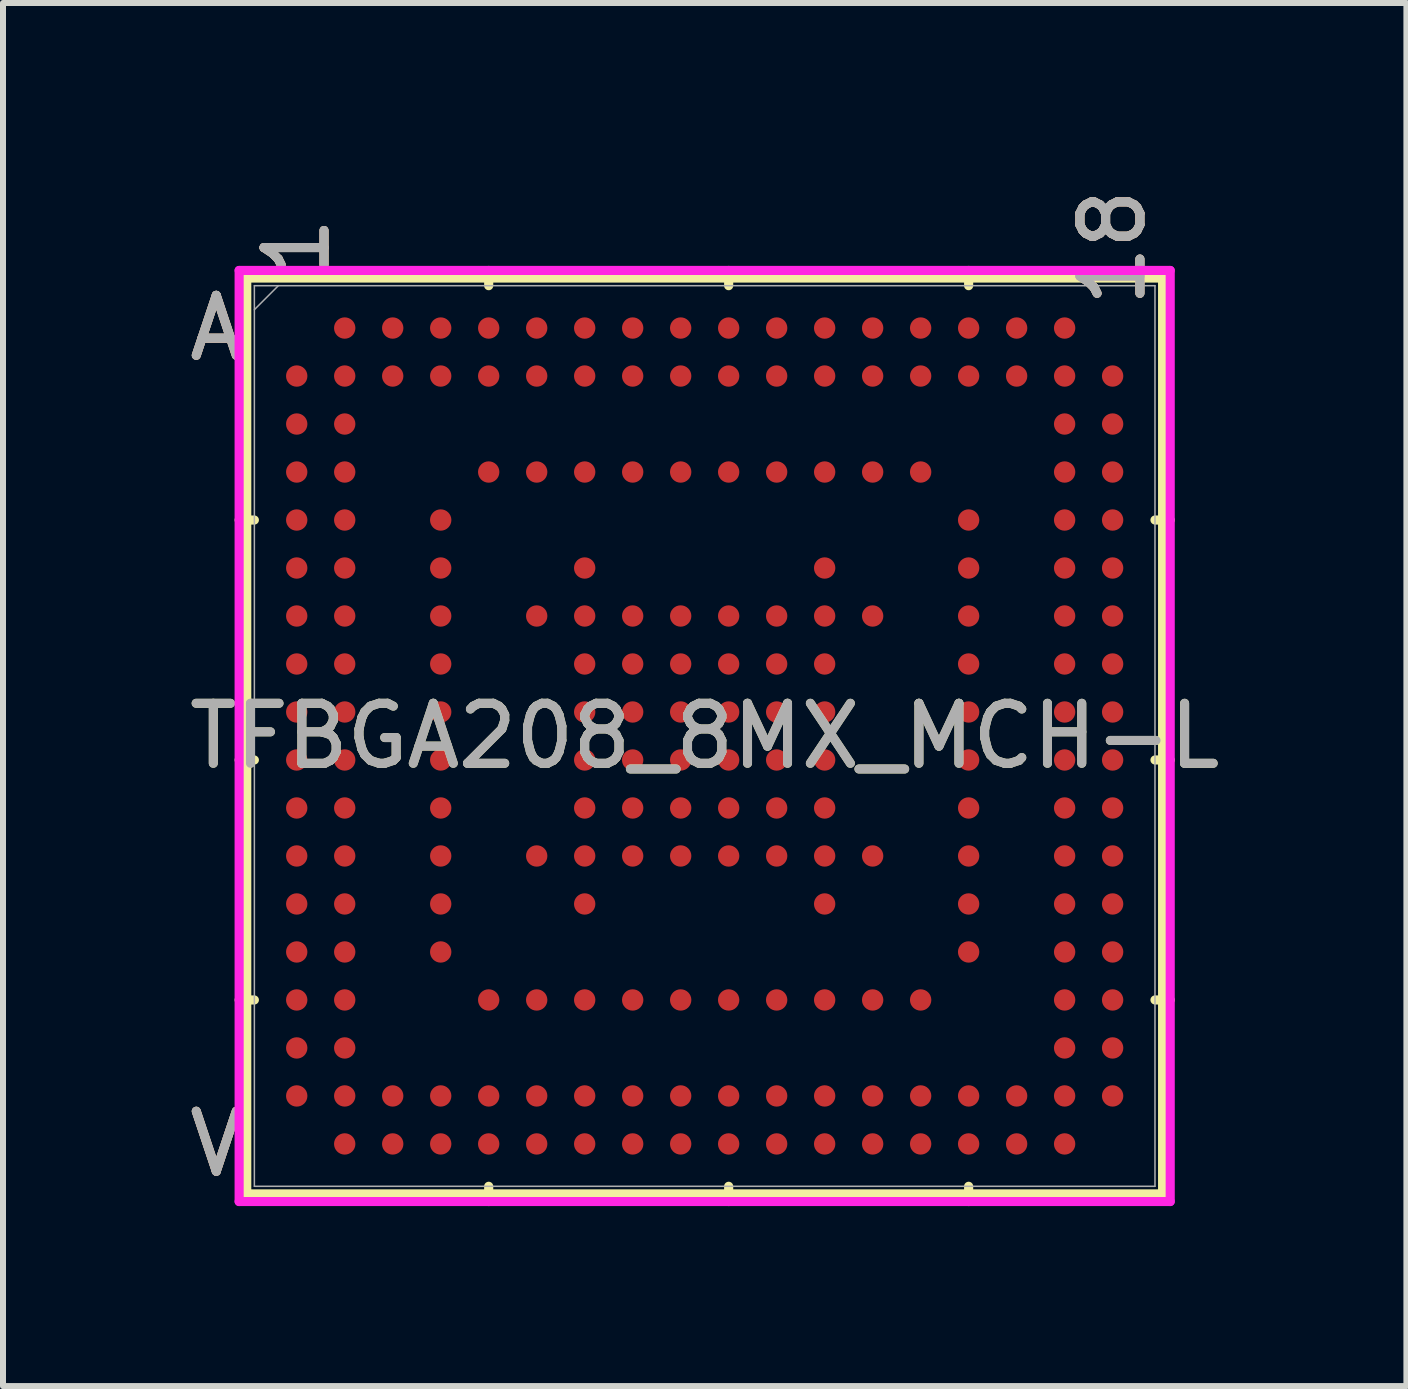
<source format=kicad_pcb>
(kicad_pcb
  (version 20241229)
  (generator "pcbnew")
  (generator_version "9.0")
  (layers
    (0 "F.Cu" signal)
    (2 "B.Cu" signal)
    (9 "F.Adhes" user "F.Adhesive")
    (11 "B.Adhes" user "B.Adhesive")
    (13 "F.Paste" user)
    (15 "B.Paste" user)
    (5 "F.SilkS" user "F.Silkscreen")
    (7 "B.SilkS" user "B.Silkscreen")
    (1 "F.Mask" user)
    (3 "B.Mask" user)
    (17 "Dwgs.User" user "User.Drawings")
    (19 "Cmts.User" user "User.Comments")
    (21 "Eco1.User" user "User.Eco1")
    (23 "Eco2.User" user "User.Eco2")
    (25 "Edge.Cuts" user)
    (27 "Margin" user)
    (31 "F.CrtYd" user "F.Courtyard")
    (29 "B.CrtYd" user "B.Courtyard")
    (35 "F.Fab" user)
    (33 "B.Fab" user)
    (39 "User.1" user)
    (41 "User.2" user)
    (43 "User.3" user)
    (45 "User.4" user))
  (footprint "TFBGA208_8MX_MCH-L"
    (layer "F.Cu")
    (at 8.696 9.218)
    (property "Reference" "TFBGA208_8MX_MCH-L" (at 0 0 0) (unlocked yes) (layer "F.SilkS") (effects (font (size 1 1) (thickness 0.15))))
    (attr smd)
    (fp_line (start -7.633 -7.633) (end -7.633 7.633) (stroke (width 0.152) (type solid)) (layer "F.SilkS"))
    (fp_line (start -7.633 7.633) (end 7.633 7.633) (stroke (width 0.152) (type solid)) (layer "F.SilkS"))
    (fp_line (start -7.506 -3.6) (end -7.76 -3.6) (stroke (width 0.152) (type solid)) (layer "F.SilkS"))
    (fp_line (start -7.506 0.4) (end -7.76 0.4) (stroke (width 0.152) (type solid)) (layer "F.SilkS"))
    (fp_line (start -7.506 4.4) (end -7.76 4.4) (stroke (width 0.152) (type solid)) (layer "F.SilkS"))
    (fp_line (start -3.6 -7.506) (end -3.6 -7.76) (stroke (width 0.152) (type solid)) (layer "F.SilkS"))
    (fp_line (start -3.6 7.506) (end -3.6 7.76) (stroke (width 0.152) (type solid)) (layer "F.SilkS"))
    (fp_line (start 0.4 -7.506) (end 0.4 -7.76) (stroke (width 0.152) (type solid)) (layer "F.SilkS"))
    (fp_line (start 0.4 7.506) (end 0.4 7.76) (stroke (width 0.152) (type solid)) (layer "F.SilkS"))
    (fp_line (start 4.4 -7.506) (end 4.4 -7.76) (stroke (width 0.152) (type solid)) (layer "F.SilkS"))
    (fp_line (start 4.4 7.506) (end 4.4 7.76) (stroke (width 0.152) (type solid)) (layer "F.SilkS"))
    (fp_line (start 7.506 -3.6) (end 7.76 -3.6) (stroke (width 0.152) (type solid)) (layer "F.SilkS"))
    (fp_line (start 7.506 0.4) (end 7.76 0.4) (stroke (width 0.152) (type solid)) (layer "F.SilkS"))
    (fp_line (start 7.506 4.4) (end 7.76 4.4) (stroke (width 0.152) (type solid)) (layer "F.SilkS"))
    (fp_line (start 7.633 -7.633) (end -7.633 -7.633) (stroke (width 0.152) (type solid)) (layer "F.SilkS"))
    (fp_line (start 7.633 7.633) (end 7.633 -7.633) (stroke (width 0.152) (type solid)) (layer "F.SilkS"))
    (fp_poly (pts (xy -7.644 -7.644) (xy 7.644 -7.644) (xy 7.644 7.644) (xy -7.644 7.644)) (stroke (width 0.1) (type solid)) (fill no) (layer "Eco2.User"))
    (fp_line (start -7.76 -7.76) (end 7.76 -7.76) (stroke (width 0.152) (type solid)) (layer "F.CrtYd"))
    (fp_line (start -7.76 7.76) (end -7.76 -7.76) (stroke (width 0.152) (type solid)) (layer "F.CrtYd"))
    (fp_line (start 7.76 -7.76) (end 7.76 7.76) (stroke (width 0.152) (type solid)) (layer "F.CrtYd"))
    (fp_line (start 7.76 7.76) (end -7.76 7.76) (stroke (width 0.152) (type solid)) (layer "F.CrtYd"))
    (fp_line (start -7.506 -7.506) (end -7.506 7.506) (stroke (width 0.025) (type solid)) (layer "F.Fab"))
    (fp_line (start -7.506 7.506) (end 7.506 7.506) (stroke (width 0.025) (type solid)) (layer "F.Fab"))
    (fp_line (start -7.106 -7.506) (end -7.506 -7.106) (stroke (width 0.025) (type solid)) (layer "F.Fab"))
    (fp_line (start 7.506 -7.506) (end -7.506 -7.506) (stroke (width 0.025) (type solid)) (layer "F.Fab"))
    (fp_line (start 7.506 7.506) (end 7.506 -7.506) (stroke (width 0.025) (type solid)) (layer "F.Fab"))
    (fp_text user "18" (at 6.8 -8.141 90) (unlocked yes) (layer "F.SilkS") (effects (font (size 1 1) (thickness 0.15))))
    (fp_text user "V" (at -8.141 6.8 0) (unlocked yes) (layer "F.SilkS") (effects (font (size 1 1) (thickness 0.15))))
    (fp_text user "A" (at -8.141 -6.8 0) (unlocked yes) (layer "F.SilkS") (effects (font (size 1 1) (thickness 0.15))))
    (fp_text user "1" (at -6.8 -8.141 90) (unlocked yes) (layer "F.SilkS") (effects (font (size 1 1) (thickness 0.15))))
    (fp_text user "1" (at -6.8 -8.141 90) (unlocked yes) (layer "B.SilkS") (effects (font (size 1 1) (thickness 0.15))))
    (fp_text user "A" (at -8.141 -6.8 0) (unlocked yes) (layer "B.SilkS") (effects (font (size 1 1) (thickness 0.15))))
    (fp_text user "V" (at -8.141 6.8 0) (unlocked yes) (layer "B.SilkS") (effects (font (size 1 1) (thickness 0.15))))
    (fp_text user "18" (at 6.8 -8.141 90) (unlocked yes) (layer "B.SilkS") (effects (font (size 1 1) (thickness 0.15))))
    (fp_text user "1" (at -6.8 -8.141 90) (unlocked yes) (layer "F.Fab") (effects (font (size 1 1) (thickness 0.15))))
    (fp_text user "18" (at 6.8 -8.141 90) (unlocked yes) (layer "F.Fab") (effects (font (size 1 1) (thickness 0.15))))
    (fp_text user "A" (at -8.141 -6.8 0) (unlocked yes) (layer "F.Fab") (effects (font (size 1 1) (thickness 0.15))))
    (fp_text user "V" (at -8.141 6.8 0) (unlocked yes) (layer "F.Fab") (effects (font (size 1 1) (thickness 0.15))))
    (fp_text user "${REFERENCE}" (at 0 0 0) (unlocked yes) (layer "F.Fab") (effects (font (size 1 1) (thickness 0.15))))
    (pad "A2" smd circle (at -6 -6.8) (size 0.356 0.356) (layers "F.Cu" "F.Mask" "F.Paste"))
    (pad "A3" smd circle (at -5.2 -6.8) (size 0.356 0.356) (layers "F.Cu" "F.Mask" "F.Paste"))
    (pad "A4" smd circle (at -4.4 -6.8) (size 0.356 0.356) (layers "F.Cu" "F.Mask" "F.Paste"))
    (pad "A5" smd circle (at -3.6 -6.8) (size 0.356 0.356) (layers "F.Cu" "F.Mask" "F.Paste"))
    (pad "A6" smd circle (at -2.8 -6.8) (size 0.356 0.356) (layers "F.Cu" "F.Mask" "F.Paste"))
    (pad "A7" smd circle (at -2 -6.8) (size 0.356 0.356) (layers "F.Cu" "F.Mask" "F.Paste"))
    (pad "A8" smd circle (at -1.2 -6.8) (size 0.356 0.356) (layers "F.Cu" "F.Mask" "F.Paste"))
    (pad "A9" smd circle (at -0.4 -6.8) (size 0.356 0.356) (layers "F.Cu" "F.Mask" "F.Paste"))
    (pad "A10" smd circle (at 0.4 -6.8) (size 0.356 0.356) (layers "F.Cu" "F.Mask" "F.Paste"))
    (pad "A11" smd circle (at 1.2 -6.8) (size 0.356 0.356) (layers "F.Cu" "F.Mask" "F.Paste"))
    (pad "A12" smd circle (at 2 -6.8) (size 0.356 0.356) (layers "F.Cu" "F.Mask" "F.Paste"))
    (pad "A13" smd circle (at 2.8 -6.8) (size 0.356 0.356) (layers "F.Cu" "F.Mask" "F.Paste"))
    (pad "A14" smd circle (at 3.6 -6.8) (size 0.356 0.356) (layers "F.Cu" "F.Mask" "F.Paste"))
    (pad "A15" smd circle (at 4.4 -6.8) (size 0.356 0.356) (layers "F.Cu" "F.Mask" "F.Paste"))
    (pad "A16" smd circle (at 5.2 -6.8) (size 0.356 0.356) (layers "F.Cu" "F.Mask" "F.Paste"))
    (pad "A17" smd circle (at 6 -6.8) (size 0.356 0.356) (layers "F.Cu" "F.Mask" "F.Paste"))
    (pad "B1" smd circle (at -6.8 -6) (size 0.356 0.356) (layers "F.Cu" "F.Mask" "F.Paste"))
    (pad "B2" smd circle (at -6 -6) (size 0.356 0.356) (layers "F.Cu" "F.Mask" "F.Paste"))
    (pad "B3" smd circle (at -5.2 -6) (size 0.356 0.356) (layers "F.Cu" "F.Mask" "F.Paste"))
    (pad "B4" smd circle (at -4.4 -6) (size 0.356 0.356) (layers "F.Cu" "F.Mask" "F.Paste"))
    (pad "B5" smd circle (at -3.6 -6) (size 0.356 0.356) (layers "F.Cu" "F.Mask" "F.Paste"))
    (pad "B6" smd circle (at -2.8 -6) (size 0.356 0.356) (layers "F.Cu" "F.Mask" "F.Paste"))
    (pad "B7" smd circle (at -2 -6) (size 0.356 0.356) (layers "F.Cu" "F.Mask" "F.Paste"))
    (pad "B8" smd circle (at -1.2 -6) (size 0.356 0.356) (layers "F.Cu" "F.Mask" "F.Paste"))
    (pad "B9" smd circle (at -0.4 -6) (size 0.356 0.356) (layers "F.Cu" "F.Mask" "F.Paste"))
    (pad "B10" smd circle (at 0.4 -6) (size 0.356 0.356) (layers "F.Cu" "F.Mask" "F.Paste"))
    (pad "B11" smd circle (at 1.2 -6) (size 0.356 0.356) (layers "F.Cu" "F.Mask" "F.Paste"))
    (pad "B12" smd circle (at 2 -6) (size 0.356 0.356) (layers "F.Cu" "F.Mask" "F.Paste"))
    (pad "B13" smd circle (at 2.8 -6) (size 0.356 0.356) (layers "F.Cu" "F.Mask" "F.Paste"))
    (pad "B14" smd circle (at 3.6 -6) (size 0.356 0.356) (layers "F.Cu" "F.Mask" "F.Paste"))
    (pad "B15" smd circle (at 4.4 -6) (size 0.356 0.356) (layers "F.Cu" "F.Mask" "F.Paste"))
    (pad "B16" smd circle (at 5.2 -6) (size 0.356 0.356) (layers "F.Cu" "F.Mask" "F.Paste"))
    (pad "B17" smd circle (at 6 -6) (size 0.356 0.356) (layers "F.Cu" "F.Mask" "F.Paste"))
    (pad "B18" smd circle (at 6.8 -6) (size 0.356 0.356) (layers "F.Cu" "F.Mask" "F.Paste"))
    (pad "C1" smd circle (at -6.8 -5.2) (size 0.356 0.356) (layers "F.Cu" "F.Mask" "F.Paste"))
    (pad "C2" smd circle (at -6 -5.2) (size 0.356 0.356) (layers "F.Cu" "F.Mask" "F.Paste"))
    (pad "C17" smd circle (at 6 -5.2) (size 0.356 0.356) (layers "F.Cu" "F.Mask" "F.Paste"))
    (pad "C18" smd circle (at 6.8 -5.2) (size 0.356 0.356) (layers "F.Cu" "F.Mask" "F.Paste"))
    (pad "D1" smd circle (at -6.8 -4.4) (size 0.356 0.356) (layers "F.Cu" "F.Mask" "F.Paste"))
    (pad "D2" smd circle (at -6 -4.4) (size 0.356 0.356) (layers "F.Cu" "F.Mask" "F.Paste"))
    (pad "D5" smd circle (at -3.6 -4.4) (size 0.356 0.356) (layers "F.Cu" "F.Mask" "F.Paste"))
    (pad "D6" smd circle (at -2.8 -4.4) (size 0.356 0.356) (layers "F.Cu" "F.Mask" "F.Paste"))
    (pad "D7" smd circle (at -2 -4.4) (size 0.356 0.356) (layers "F.Cu" "F.Mask" "F.Paste"))
    (pad "D8" smd circle (at -1.2 -4.4) (size 0.356 0.356) (layers "F.Cu" "F.Mask" "F.Paste"))
    (pad "D9" smd circle (at -0.4 -4.4) (size 0.356 0.356) (layers "F.Cu" "F.Mask" "F.Paste"))
    (pad "D10" smd circle (at 0.4 -4.4) (size 0.356 0.356) (layers "F.Cu" "F.Mask" "F.Paste"))
    (pad "D11" smd circle (at 1.2 -4.4) (size 0.356 0.356) (layers "F.Cu" "F.Mask" "F.Paste"))
    (pad "D12" smd circle (at 2 -4.4) (size 0.356 0.356) (layers "F.Cu" "F.Mask" "F.Paste"))
    (pad "D13" smd circle (at 2.8 -4.4) (size 0.356 0.356) (layers "F.Cu" "F.Mask" "F.Paste"))
    (pad "D14" smd circle (at 3.6 -4.4) (size 0.356 0.356) (layers "F.Cu" "F.Mask" "F.Paste"))
    (pad "D17" smd circle (at 6 -4.4) (size 0.356 0.356) (layers "F.Cu" "F.Mask" "F.Paste"))
    (pad "D18" smd circle (at 6.8 -4.4) (size 0.356 0.356) (layers "F.Cu" "F.Mask" "F.Paste"))
    (pad "E1" smd circle (at -6.8 -3.6) (size 0.356 0.356) (layers "F.Cu" "F.Mask" "F.Paste"))
    (pad "E2" smd circle (at -6 -3.6) (size 0.356 0.356) (layers "F.Cu" "F.Mask" "F.Paste"))
    (pad "E4" smd circle (at -4.4 -3.6) (size 0.356 0.356) (layers "F.Cu" "F.Mask" "F.Paste"))
    (pad "E15" smd circle (at 4.4 -3.6) (size 0.356 0.356) (layers "F.Cu" "F.Mask" "F.Paste"))
    (pad "E17" smd circle (at 6 -3.6) (size 0.356 0.356) (layers "F.Cu" "F.Mask" "F.Paste"))
    (pad "E18" smd circle (at 6.8 -3.6) (size 0.356 0.356) (layers "F.Cu" "F.Mask" "F.Paste"))
    (pad "F1" smd circle (at -6.8 -2.8) (size 0.356 0.356) (layers "F.Cu" "F.Mask" "F.Paste"))
    (pad "F2" smd circle (at -6 -2.8) (size 0.356 0.356) (layers "F.Cu" "F.Mask" "F.Paste"))
    (pad "F4" smd circle (at -4.4 -2.8) (size 0.356 0.356) (layers "F.Cu" "F.Mask" "F.Paste"))
    (pad "F7" smd circle (at -2 -2.8) (size 0.356 0.356) (layers "F.Cu" "F.Mask" "F.Paste"))
    (pad "F12" smd circle (at 2 -2.8) (size 0.356 0.356) (layers "F.Cu" "F.Mask" "F.Paste"))
    (pad "F15" smd circle (at 4.4 -2.8) (size 0.356 0.356) (layers "F.Cu" "F.Mask" "F.Paste"))
    (pad "F17" smd circle (at 6 -2.8) (size 0.356 0.356) (layers "F.Cu" "F.Mask" "F.Paste"))
    (pad "F18" smd circle (at 6.8 -2.8) (size 0.356 0.356) (layers "F.Cu" "F.Mask" "F.Paste"))
    (pad "G1" smd circle (at -6.8 -2) (size 0.356 0.356) (layers "F.Cu" "F.Mask" "F.Paste"))
    (pad "G2" smd circle (at -6 -2) (size 0.356 0.356) (layers "F.Cu" "F.Mask" "F.Paste"))
    (pad "G4" smd circle (at -4.4 -2) (size 0.356 0.356) (layers "F.Cu" "F.Mask" "F.Paste"))
    (pad "G6" smd circle (at -2.8 -2) (size 0.356 0.356) (layers "F.Cu" "F.Mask" "F.Paste"))
    (pad "G7" smd circle (at -2 -2) (size 0.356 0.356) (layers "F.Cu" "F.Mask" "F.Paste"))
    (pad "G8" smd circle (at -1.2 -2) (size 0.356 0.356) (layers "F.Cu" "F.Mask" "F.Paste"))
    (pad "G9" smd circle (at -0.4 -2) (size 0.356 0.356) (layers "F.Cu" "F.Mask" "F.Paste"))
    (pad "G10" smd circle (at 0.4 -2) (size 0.356 0.356) (layers "F.Cu" "F.Mask" "F.Paste"))
    (pad "G11" smd circle (at 1.2 -2) (size 0.356 0.356) (layers "F.Cu" "F.Mask" "F.Paste"))
    (pad "G12" smd circle (at 2 -2) (size 0.356 0.356) (layers "F.Cu" "F.Mask" "F.Paste"))
    (pad "G13" smd circle (at 2.8 -2) (size 0.356 0.356) (layers "F.Cu" "F.Mask" "F.Paste"))
    (pad "G15" smd circle (at 4.4 -2) (size 0.356 0.356) (layers "F.Cu" "F.Mask" "F.Paste"))
    (pad "G17" smd circle (at 6 -2) (size 0.356 0.356) (layers "F.Cu" "F.Mask" "F.Paste"))
    (pad "G18" smd circle (at 6.8 -2) (size 0.356 0.356) (layers "F.Cu" "F.Mask" "F.Paste"))
    (pad "H1" smd circle (at -6.8 -1.2) (size 0.356 0.356) (layers "F.Cu" "F.Mask" "F.Paste"))
    (pad "H2" smd circle (at -6 -1.2) (size 0.356 0.356) (layers "F.Cu" "F.Mask" "F.Paste"))
    (pad "H4" smd circle (at -4.4 -1.2) (size 0.356 0.356) (layers "F.Cu" "F.Mask" "F.Paste"))
    (pad "H7" smd circle (at -2 -1.2) (size 0.356 0.356) (layers "F.Cu" "F.Mask" "F.Paste"))
    (pad "H8" smd circle (at -1.2 -1.2) (size 0.356 0.356) (layers "F.Cu" "F.Mask" "F.Paste"))
    (pad "H9" smd circle (at -0.4 -1.2) (size 0.356 0.356) (layers "F.Cu" "F.Mask" "F.Paste"))
    (pad "H10" smd circle (at 0.4 -1.2) (size 0.356 0.356) (layers "F.Cu" "F.Mask" "F.Paste"))
    (pad "H11" smd circle (at 1.2 -1.2) (size 0.356 0.356) (layers "F.Cu" "F.Mask" "F.Paste"))
    (pad "H12" smd circle (at 2 -1.2) (size 0.356 0.356) (layers "F.Cu" "F.Mask" "F.Paste"))
    (pad "H15" smd circle (at 4.4 -1.2) (size 0.356 0.356) (layers "F.Cu" "F.Mask" "F.Paste"))
    (pad "H17" smd circle (at 6 -1.2) (size 0.356 0.356) (layers "F.Cu" "F.Mask" "F.Paste"))
    (pad "H18" smd circle (at 6.8 -1.2) (size 0.356 0.356) (layers "F.Cu" "F.Mask" "F.Paste"))
    (pad "J1" smd circle (at -6.8 -0.4) (size 0.356 0.356) (layers "F.Cu" "F.Mask" "F.Paste"))
    (pad "J2" smd circle (at -6 -0.4) (size 0.356 0.356) (layers "F.Cu" "F.Mask" "F.Paste"))
    (pad "J4" smd circle (at -4.4 -0.4) (size 0.356 0.356) (layers "F.Cu" "F.Mask" "F.Paste"))
    (pad "J7" smd circle (at -2 -0.4) (size 0.356 0.356) (layers "F.Cu" "F.Mask" "F.Paste"))
    (pad "J8" smd circle (at -1.2 -0.4) (size 0.356 0.356) (layers "F.Cu" "F.Mask" "F.Paste"))
    (pad "J9" smd circle (at -0.4 -0.4) (size 0.356 0.356) (layers "F.Cu" "F.Mask" "F.Paste"))
    (pad "J10" smd circle (at 0.4 -0.4) (size 0.356 0.356) (layers "F.Cu" "F.Mask" "F.Paste"))
    (pad "J11" smd circle (at 1.2 -0.4) (size 0.356 0.356) (layers "F.Cu" "F.Mask" "F.Paste"))
    (pad "J12" smd circle (at 2 -0.4) (size 0.356 0.356) (layers "F.Cu" "F.Mask" "F.Paste"))
    (pad "J15" smd circle (at 4.4 -0.4) (size 0.356 0.356) (layers "F.Cu" "F.Mask" "F.Paste"))
    (pad "J17" smd circle (at 6 -0.4) (size 0.356 0.356) (layers "F.Cu" "F.Mask" "F.Paste"))
    (pad "J18" smd circle (at 6.8 -0.4) (size 0.356 0.356) (layers "F.Cu" "F.Mask" "F.Paste"))
    (pad "K1" smd circle (at -6.8 0.4) (size 0.356 0.356) (layers "F.Cu" "F.Mask" "F.Paste"))
    (pad "K2" smd circle (at -6 0.4) (size 0.356 0.356) (layers "F.Cu" "F.Mask" "F.Paste"))
    (pad "K4" smd circle (at -4.4 0.4) (size 0.356 0.356) (layers "F.Cu" "F.Mask" "F.Paste"))
    (pad "K7" smd circle (at -2 0.4) (size 0.356 0.356) (layers "F.Cu" "F.Mask" "F.Paste"))
    (pad "K8" smd circle (at -1.2 0.4) (size 0.356 0.356) (layers "F.Cu" "F.Mask" "F.Paste"))
    (pad "K9" smd circle (at -0.4 0.4) (size 0.356 0.356) (layers "F.Cu" "F.Mask" "F.Paste"))
    (pad "K10" smd circle (at 0.4 0.4) (size 0.356 0.356) (layers "F.Cu" "F.Mask" "F.Paste"))
    (pad "K11" smd circle (at 1.2 0.4) (size 0.356 0.356) (layers "F.Cu" "F.Mask" "F.Paste"))
    (pad "K12" smd circle (at 2 0.4) (size 0.356 0.356) (layers "F.Cu" "F.Mask" "F.Paste"))
    (pad "K15" smd circle (at 4.4 0.4) (size 0.356 0.356) (layers "F.Cu" "F.Mask" "F.Paste"))
    (pad "K17" smd circle (at 6 0.4) (size 0.356 0.356) (layers "F.Cu" "F.Mask" "F.Paste"))
    (pad "K18" smd circle (at 6.8 0.4) (size 0.356 0.356) (layers "F.Cu" "F.Mask" "F.Paste"))
    (pad "L1" smd circle (at -6.8 1.2) (size 0.356 0.356) (layers "F.Cu" "F.Mask" "F.Paste"))
    (pad "L2" smd circle (at -6 1.2) (size 0.356 0.356) (layers "F.Cu" "F.Mask" "F.Paste"))
    (pad "L4" smd circle (at -4.4 1.2) (size 0.356 0.356) (layers "F.Cu" "F.Mask" "F.Paste"))
    (pad "L7" smd circle (at -2 1.2) (size 0.356 0.356) (layers "F.Cu" "F.Mask" "F.Paste"))
    (pad "L8" smd circle (at -1.2 1.2) (size 0.356 0.356) (layers "F.Cu" "F.Mask" "F.Paste"))
    (pad "L9" smd circle (at -0.4 1.2) (size 0.356 0.356) (layers "F.Cu" "F.Mask" "F.Paste"))
    (pad "L10" smd circle (at 0.4 1.2) (size 0.356 0.356) (layers "F.Cu" "F.Mask" "F.Paste"))
    (pad "L11" smd circle (at 1.2 1.2) (size 0.356 0.356) (layers "F.Cu" "F.Mask" "F.Paste"))
    (pad "L12" smd circle (at 2 1.2) (size 0.356 0.356) (layers "F.Cu" "F.Mask" "F.Paste"))
    (pad "L15" smd circle (at 4.4 1.2) (size 0.356 0.356) (layers "F.Cu" "F.Mask" "F.Paste"))
    (pad "L17" smd circle (at 6 1.2) (size 0.356 0.356) (layers "F.Cu" "F.Mask" "F.Paste"))
    (pad "L18" smd circle (at 6.8 1.2) (size 0.356 0.356) (layers "F.Cu" "F.Mask" "F.Paste"))
    (pad "M1" smd circle (at -6.8 2) (size 0.356 0.356) (layers "F.Cu" "F.Mask" "F.Paste"))
    (pad "M2" smd circle (at -6 2) (size 0.356 0.356) (layers "F.Cu" "F.Mask" "F.Paste"))
    (pad "M4" smd circle (at -4.4 2) (size 0.356 0.356) (layers "F.Cu" "F.Mask" "F.Paste"))
    (pad "M6" smd circle (at -2.8 2) (size 0.356 0.356) (layers "F.Cu" "F.Mask" "F.Paste"))
    (pad "M7" smd circle (at -2 2) (size 0.356 0.356) (layers "F.Cu" "F.Mask" "F.Paste"))
    (pad "M8" smd circle (at -1.2 2) (size 0.356 0.356) (layers "F.Cu" "F.Mask" "F.Paste"))
    (pad "M9" smd circle (at -0.4 2) (size 0.356 0.356) (layers "F.Cu" "F.Mask" "F.Paste"))
    (pad "M10" smd circle (at 0.4 2) (size 0.356 0.356) (layers "F.Cu" "F.Mask" "F.Paste"))
    (pad "M11" smd circle (at 1.2 2) (size 0.356 0.356) (layers "F.Cu" "F.Mask" "F.Paste"))
    (pad "M12" smd circle (at 2 2) (size 0.356 0.356) (layers "F.Cu" "F.Mask" "F.Paste"))
    (pad "M13" smd circle (at 2.8 2) (size 0.356 0.356) (layers "F.Cu" "F.Mask" "F.Paste"))
    (pad "M15" smd circle (at 4.4 2) (size 0.356 0.356) (layers "F.Cu" "F.Mask" "F.Paste"))
    (pad "M17" smd circle (at 6 2) (size 0.356 0.356) (layers "F.Cu" "F.Mask" "F.Paste"))
    (pad "M18" smd circle (at 6.8 2) (size 0.356 0.356) (layers "F.Cu" "F.Mask" "F.Paste"))
    (pad "N1" smd circle (at -6.8 2.8) (size 0.356 0.356) (layers "F.Cu" "F.Mask" "F.Paste"))
    (pad "N2" smd circle (at -6 2.8) (size 0.356 0.356) (layers "F.Cu" "F.Mask" "F.Paste"))
    (pad "N4" smd circle (at -4.4 2.8) (size 0.356 0.356) (layers "F.Cu" "F.Mask" "F.Paste"))
    (pad "N7" smd circle (at -2 2.8) (size 0.356 0.356) (layers "F.Cu" "F.Mask" "F.Paste"))
    (pad "N12" smd circle (at 2 2.8) (size 0.356 0.356) (layers "F.Cu" "F.Mask" "F.Paste"))
    (pad "N15" smd circle (at 4.4 2.8) (size 0.356 0.356) (layers "F.Cu" "F.Mask" "F.Paste"))
    (pad "N17" smd circle (at 6 2.8) (size 0.356 0.356) (layers "F.Cu" "F.Mask" "F.Paste"))
    (pad "N18" smd circle (at 6.8 2.8) (size 0.356 0.356) (layers "F.Cu" "F.Mask" "F.Paste"))
    (pad "P1" smd circle (at -6.8 3.6) (size 0.356 0.356) (layers "F.Cu" "F.Mask" "F.Paste"))
    (pad "P2" smd circle (at -6 3.6) (size 0.356 0.356) (layers "F.Cu" "F.Mask" "F.Paste"))
    (pad "P4" smd circle (at -4.4 3.6) (size 0.356 0.356) (layers "F.Cu" "F.Mask" "F.Paste"))
    (pad "P15" smd circle (at 4.4 3.6) (size 0.356 0.356) (layers "F.Cu" "F.Mask" "F.Paste"))
    (pad "P17" smd circle (at 6 3.6) (size 0.356 0.356) (layers "F.Cu" "F.Mask" "F.Paste"))
    (pad "P18" smd circle (at 6.8 3.6) (size 0.356 0.356) (layers "F.Cu" "F.Mask" "F.Paste"))
    (pad "R1" smd circle (at -6.8 4.4) (size 0.356 0.356) (layers "F.Cu" "F.Mask" "F.Paste"))
    (pad "R2" smd circle (at -6 4.4) (size 0.356 0.356) (layers "F.Cu" "F.Mask" "F.Paste"))
    (pad "R5" smd circle (at -3.6 4.4) (size 0.356 0.356) (layers "F.Cu" "F.Mask" "F.Paste"))
    (pad "R6" smd circle (at -2.8 4.4) (size 0.356 0.356) (layers "F.Cu" "F.Mask" "F.Paste"))
    (pad "R7" smd circle (at -2 4.4) (size 0.356 0.356) (layers "F.Cu" "F.Mask" "F.Paste"))
    (pad "R8" smd circle (at -1.2 4.4) (size 0.356 0.356) (layers "F.Cu" "F.Mask" "F.Paste"))
    (pad "R9" smd circle (at -0.4 4.4) (size 0.356 0.356) (layers "F.Cu" "F.Mask" "F.Paste"))
    (pad "R10" smd circle (at 0.4 4.4) (size 0.356 0.356) (layers "F.Cu" "F.Mask" "F.Paste"))
    (pad "R11" smd circle (at 1.2 4.4) (size 0.356 0.356) (layers "F.Cu" "F.Mask" "F.Paste"))
    (pad "R12" smd circle (at 2 4.4) (size 0.356 0.356) (layers "F.Cu" "F.Mask" "F.Paste"))
    (pad "R13" smd circle (at 2.8 4.4) (size 0.356 0.356) (layers "F.Cu" "F.Mask" "F.Paste"))
    (pad "R14" smd circle (at 3.6 4.4) (size 0.356 0.356) (layers "F.Cu" "F.Mask" "F.Paste"))
    (pad "R17" smd circle (at 6 4.4) (size 0.356 0.356) (layers "F.Cu" "F.Mask" "F.Paste"))
    (pad "R18" smd circle (at 6.8 4.4) (size 0.356 0.356) (layers "F.Cu" "F.Mask" "F.Paste"))
    (pad "T1" smd circle (at -6.8 5.2) (size 0.356 0.356) (layers "F.Cu" "F.Mask" "F.Paste"))
    (pad "T2" smd circle (at -6 5.2) (size 0.356 0.356) (layers "F.Cu" "F.Mask" "F.Paste"))
    (pad "T17" smd circle (at 6 5.2) (size 0.356 0.356) (layers "F.Cu" "F.Mask" "F.Paste"))
    (pad "T18" smd circle (at 6.8 5.2) (size 0.356 0.356) (layers "F.Cu" "F.Mask" "F.Paste"))
    (pad "U1" smd circle (at -6.8 6) (size 0.356 0.356) (layers "F.Cu" "F.Mask" "F.Paste"))
    (pad "U2" smd circle (at -6 6) (size 0.356 0.356) (layers "F.Cu" "F.Mask" "F.Paste"))
    (pad "U3" smd circle (at -5.2 6) (size 0.356 0.356) (layers "F.Cu" "F.Mask" "F.Paste"))
    (pad "U4" smd circle (at -4.4 6) (size 0.356 0.356) (layers "F.Cu" "F.Mask" "F.Paste"))
    (pad "U5" smd circle (at -3.6 6) (size 0.356 0.356) (layers "F.Cu" "F.Mask" "F.Paste"))
    (pad "U6" smd circle (at -2.8 6) (size 0.356 0.356) (layers "F.Cu" "F.Mask" "F.Paste"))
    (pad "U7" smd circle (at -2 6) (size 0.356 0.356) (layers "F.Cu" "F.Mask" "F.Paste"))
    (pad "U8" smd circle (at -1.2 6) (size 0.356 0.356) (layers "F.Cu" "F.Mask" "F.Paste"))
    (pad "U9" smd circle (at -0.4 6) (size 0.356 0.356) (layers "F.Cu" "F.Mask" "F.Paste"))
    (pad "U10" smd circle (at 0.4 6) (size 0.356 0.356) (layers "F.Cu" "F.Mask" "F.Paste"))
    (pad "U11" smd circle (at 1.2 6) (size 0.356 0.356) (layers "F.Cu" "F.Mask" "F.Paste"))
    (pad "U12" smd circle (at 2 6) (size 0.356 0.356) (layers "F.Cu" "F.Mask" "F.Paste"))
    (pad "U13" smd circle (at 2.8 6) (size 0.356 0.356) (layers "F.Cu" "F.Mask" "F.Paste"))
    (pad "U14" smd circle (at 3.6 6) (size 0.356 0.356) (layers "F.Cu" "F.Mask" "F.Paste"))
    (pad "U15" smd circle (at 4.4 6) (size 0.356 0.356) (layers "F.Cu" "F.Mask" "F.Paste"))
    (pad "U16" smd circle (at 5.2 6) (size 0.356 0.356) (layers "F.Cu" "F.Mask" "F.Paste"))
    (pad "U17" smd circle (at 6 6) (size 0.356 0.356) (layers "F.Cu" "F.Mask" "F.Paste"))
    (pad "U18" smd circle (at 6.8 6) (size 0.356 0.356) (layers "F.Cu" "F.Mask" "F.Paste"))
    (pad "V2" smd circle (at -6 6.8) (size 0.356 0.356) (layers "F.Cu" "F.Mask" "F.Paste"))
    (pad "V3" smd circle (at -5.2 6.8) (size 0.356 0.356) (layers "F.Cu" "F.Mask" "F.Paste"))
    (pad "V4" smd circle (at -4.4 6.8) (size 0.356 0.356) (layers "F.Cu" "F.Mask" "F.Paste"))
    (pad "V5" smd circle (at -3.6 6.8) (size 0.356 0.356) (layers "F.Cu" "F.Mask" "F.Paste"))
    (pad "V6" smd circle (at -2.8 6.8) (size 0.356 0.356) (layers "F.Cu" "F.Mask" "F.Paste"))
    (pad "V7" smd circle (at -2 6.8) (size 0.356 0.356) (layers "F.Cu" "F.Mask" "F.Paste"))
    (pad "V8" smd circle (at -1.2 6.8) (size 0.356 0.356) (layers "F.Cu" "F.Mask" "F.Paste"))
    (pad "V9" smd circle (at -0.4 6.8) (size 0.356 0.356) (layers "F.Cu" "F.Mask" "F.Paste"))
    (pad "V10" smd circle (at 0.4 6.8) (size 0.356 0.356) (layers "F.Cu" "F.Mask" "F.Paste"))
    (pad "V11" smd circle (at 1.2 6.8) (size 0.356 0.356) (layers "F.Cu" "F.Mask" "F.Paste"))
    (pad "V12" smd circle (at 2 6.8) (size 0.356 0.356) (layers "F.Cu" "F.Mask" "F.Paste"))
    (pad "V13" smd circle (at 2.8 6.8) (size 0.356 0.356) (layers "F.Cu" "F.Mask" "F.Paste"))
    (pad "V14" smd circle (at 3.6 6.8) (size 0.356 0.356) (layers "F.Cu" "F.Mask" "F.Paste"))
    (pad "V15" smd circle (at 4.4 6.8) (size 0.356 0.356) (layers "F.Cu" "F.Mask" "F.Paste"))
    (pad "V16" smd circle (at 5.2 6.8) (size 0.356 0.356) (layers "F.Cu" "F.Mask" "F.Paste"))
    (pad "V17" smd circle (at 6 6.8) (size 0.356 0.356) (layers "F.Cu" "F.Mask" "F.Paste")))
  (gr_rect
    (start -3 -3)
    (end 20.393 20.054)
    (stroke (width 0.1) (type default))
    (fill no)
    (layer "Edge.Cuts")))
</source>
